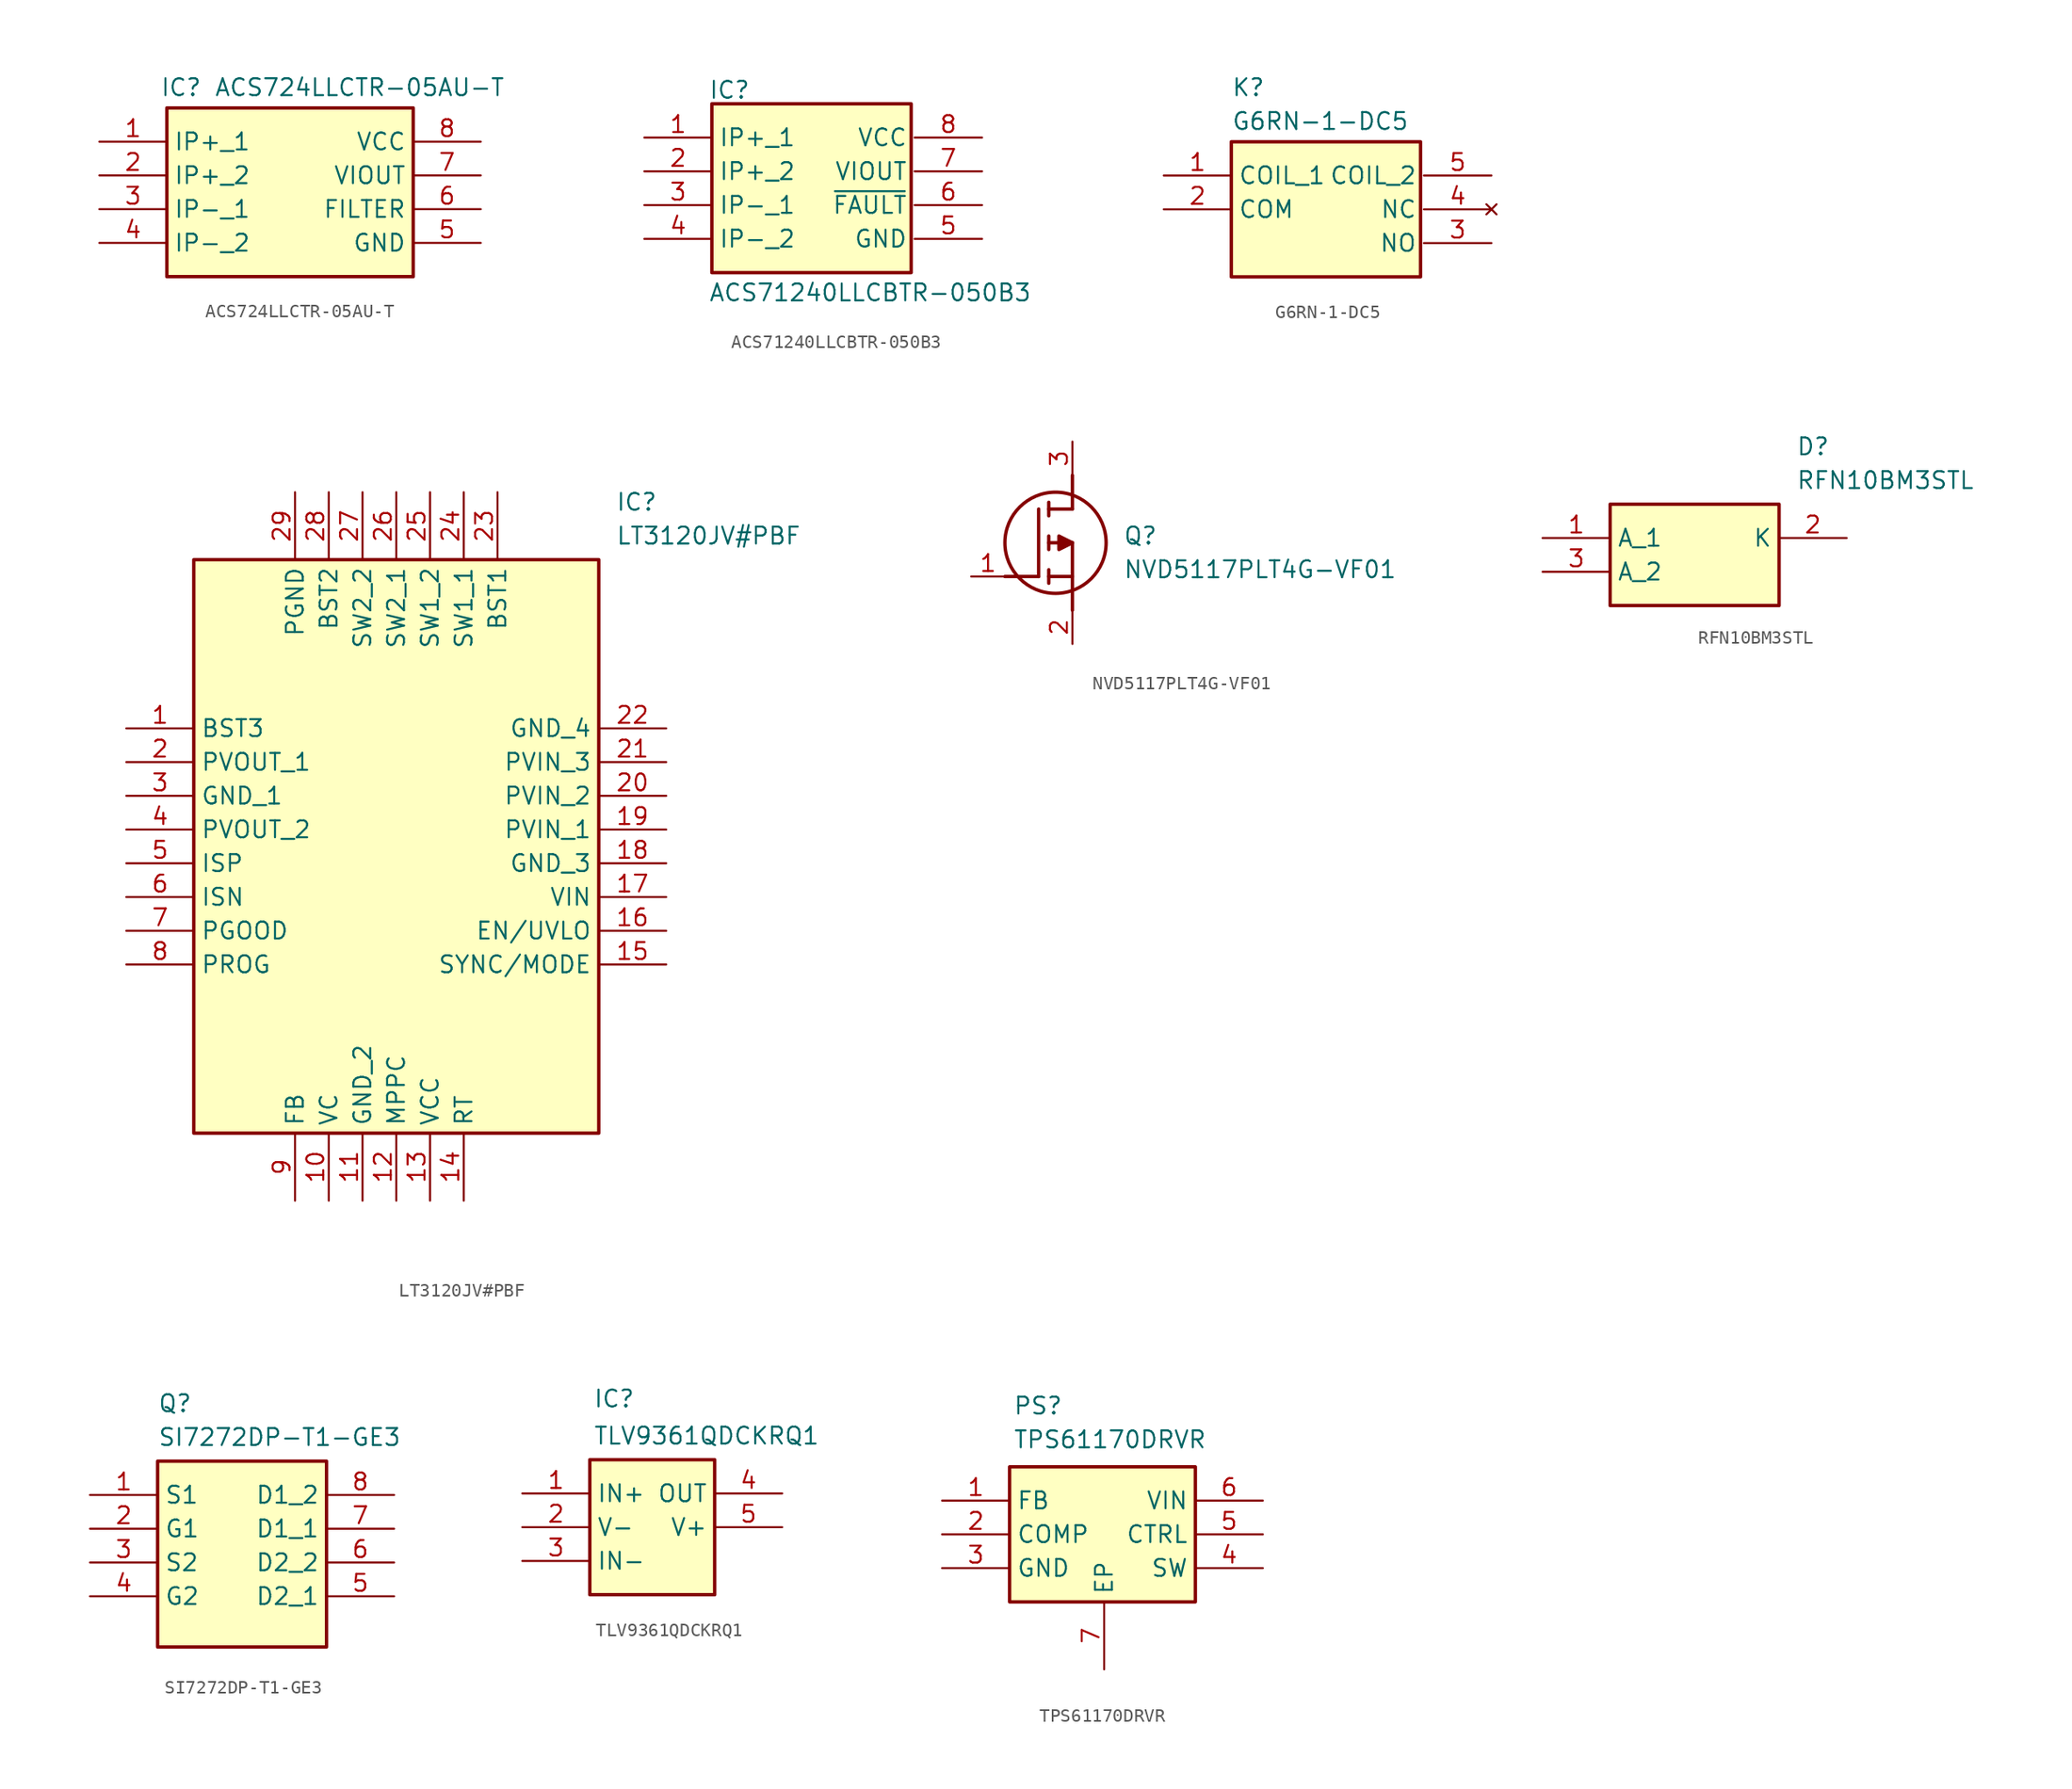
<source format=kicad_sym>
(kicad_symbol_lib
  (version 20220914)
  (generator kicad_symbol_editor)
  (symbol "ACS724LLCTR-05AU-T"
    (property "Reference" "IC"
      (at -9.652 7.62 0)
      (effects (font (size 1.27 1.27)) (justify left top)))
    (property "Value" "ACS724LLCTR-05AU-T"
      (at -5.588 7.62 0)
      (effects (font (size 1.27 1.27)) (justify left top)))
    (symbol "ACS724LLCTR-05AU-T_1_1"
      (rectangle (start -9.144 5.334) (end 9.398 -7.366) (stroke (width 0.254) (type default)) (fill (type background)))
      (pin passive line (at -14.224 2.794 0) (length 5.08) (name "IP+_1" (effects (font (size 1.27 1.27)))) (number "1" (effects (font (size 1.27 1.27)))))
      (pin passive line (at -14.224 0.254 0) (length 5.08) (name "IP+_2" (effects (font (size 1.27 1.27)))) (number "2" (effects (font (size 1.27 1.27)))))
      (pin passive line (at -14.224 -2.286 0) (length 5.08) (name "IP-_1" (effects (font (size 1.27 1.27)))) (number "3" (effects (font (size 1.27 1.27)))))
      (pin passive line (at -14.224 -4.826 0) (length 5.08) (name "IP-_2" (effects (font (size 1.27 1.27)))) (number "4" (effects (font (size 1.27 1.27)))))
      (pin passive line (at 14.478 -4.826 180) (length 5.08) (name "GND" (effects (font (size 1.27 1.27)))) (number "5" (effects (font (size 1.27 1.27)))))
      (pin passive line (at 14.478 -2.286 180) (length 5.08) (name "FILTER" (effects (font (size 1.27 1.27)))) (number "6" (effects (font (size 1.27 1.27)))))
      (pin passive line (at 14.478 0.254 180) (length 5.08) (name "VIOUT" (effects (font (size 1.27 1.27)))) (number "7" (effects (font (size 1.27 1.27)))))
      (pin passive line (at 14.478 2.794 180) (length 5.08) (name "VCC" (effects (font (size 1.27 1.27)))) (number "8" (effects (font (size 1.27 1.27)))))))
  (symbol "ACS71240LLCBTR-050B3"
    (property "Reference" "IC"
      (at -8.128 7.62 0)
      (effects (font (size 1.27 1.27)) (justify left top)))
    (property "Value" "ACS71240LLCBTR-050B3"
      (at -8.128 -7.62 0)
      (effects (font (size 1.27 1.27)) (justify left top)))
    (symbol "ACS71240LLCBTR-050B3_1_1"
      (rectangle (start -7.874 5.842) (end 7.112 -6.858) (stroke (width 0.254) (type default)) (fill (type background)))
      (pin passive line (at -12.954 3.302 0) (length 5.08) (name "IP+_1" (effects (font (size 1.27 1.27)))) (number "1" (effects (font (size 1.27 1.27)))))
      (pin passive line (at -12.954 0.762 0) (length 5.08) (name "IP+_2" (effects (font (size 1.27 1.27)))) (number "2" (effects (font (size 1.27 1.27)))))
      (pin passive line (at -12.954 -1.778 0) (length 5.08) (name "IP-_1" (effects (font (size 1.27 1.27)))) (number "3" (effects (font (size 1.27 1.27)))))
      (pin passive line (at -12.954 -4.318 0) (length 5.08) (name "IP-_2" (effects (font (size 1.27 1.27)))) (number "4" (effects (font (size 1.27 1.27)))))
      (pin passive line (at 12.446 -4.318 180) (length 5.08) (name "GND" (effects (font (size 1.27 1.27)))) (number "5" (effects (font (size 1.27 1.27)))))
      (pin passive line (at 12.446 -1.778 180) (length 5.08) (name "~{FAULT}" (effects (font (size 1.27 1.27)))) (number "6" (effects (font (size 1.27 1.27)))))
      (pin passive line (at 12.446 0.762 180) (length 5.08) (name "VIOUT" (effects (font (size 1.27 1.27)))) (number "7" (effects (font (size 1.27 1.27)))))
      (pin passive line (at 12.446 3.302 180) (length 5.08) (name "VCC" (effects (font (size 1.27 1.27)))) (number "8" (effects (font (size 1.27 1.27)))))))
  (symbol "G6RN-1-DC5"
    (property "Reference" "K"
      (at 5.08 7.366 0)
      (effects (font (size 1.27 1.27)) (justify left top)))
    (property "Value" "G6RN-1-DC5"
      (at 5.08 4.826 0)
      (effects (font (size 1.27 1.27)) (justify left top)))
    (symbol "G6RN-1-DC5_1_1"
      (rectangle (start 5.08 2.54) (end 19.304 -7.62) (stroke (width 0.254) (type default)) (fill (type background)))
      (pin passive line (at 0 0 0) (length 5.08) (name "COIL_1" (effects (font (size 1.27 1.27)))) (number "1" (effects (font (size 1.27 1.27)))))
      (pin passive line (at 0 -2.54 0) (length 5.08) (name "COM" (effects (font (size 1.27 1.27)))) (number "2" (effects (font (size 1.27 1.27)))))
      (pin passive line (at 24.638 -5.08 180) (length 5.08) (name "NO" (effects (font (size 1.27 1.27)))) (number "3" (effects (font (size 1.27 1.27)))))
      (pin no_connect line (at 24.638 -2.54 180) (length 5.08) (name "NC" (effects (font (size 1.27 1.27)))) (number "4" (effects (font (size 1.27 1.27)))))
      (pin passive line (at 24.638 0 180) (length 5.08) (name "COIL_2" (effects (font (size 1.27 1.27)))) (number "5" (effects (font (size 1.27 1.27)))))))
  (symbol "LT3120JV#PBF"
    (property "Reference" "IC"
      (at 36.83 17.78 0)
      (effects (font (size 1.27 1.27)) (justify left top)))
    (property "Value" "LT3120JV#PBF"
      (at 36.83 15.24 0)
      (effects (font (size 1.27 1.27)) (justify left top)))
    (symbol "LT3120JV#PBF_1_1"
      (rectangle (start 5.08 12.7) (end 35.56 -30.48) (stroke (width 0.254) (type default)) (fill (type background)))
      (pin passive line (at 0 0 0) (length 5.08) (name "BST3" (effects (font (size 1.27 1.27)))) (number "1" (effects (font (size 1.27 1.27)))))
      (pin passive line (at 15.24 -35.56 90) (length 5.08) (name "VC" (effects (font (size 1.27 1.27)))) (number "10" (effects (font (size 1.27 1.27)))))
      (pin passive line (at 17.78 -35.56 90) (length 5.08) (name "GND_2" (effects (font (size 1.27 1.27)))) (number "11" (effects (font (size 1.27 1.27)))))
      (pin passive line (at 20.32 -35.56 90) (length 5.08) (name "MPPC" (effects (font (size 1.27 1.27)))) (number "12" (effects (font (size 1.27 1.27)))))
      (pin passive line (at 22.86 -35.56 90) (length 5.08) (name "VCC" (effects (font (size 1.27 1.27)))) (number "13" (effects (font (size 1.27 1.27)))))
      (pin passive line (at 25.4 -35.56 90) (length 5.08) (name "RT" (effects (font (size 1.27 1.27)))) (number "14" (effects (font (size 1.27 1.27)))))
      (pin passive line (at 40.64 -17.78 180) (length 5.08) (name "SYNC/MODE" (effects (font (size 1.27 1.27)))) (number "15" (effects (font (size 1.27 1.27)))))
      (pin passive line (at 40.64 -15.24 180) (length 5.08) (name "EN/UVLO" (effects (font (size 1.27 1.27)))) (number "16" (effects (font (size 1.27 1.27)))))
      (pin passive line (at 40.64 -12.7 180) (length 5.08) (name "VIN" (effects (font (size 1.27 1.27)))) (number "17" (effects (font (size 1.27 1.27)))))
      (pin passive line (at 40.64 -10.16 180) (length 5.08) (name "GND_3" (effects (font (size 1.27 1.27)))) (number "18" (effects (font (size 1.27 1.27)))))
      (pin passive line (at 40.64 -7.62 180) (length 5.08) (name "PVIN_1" (effects (font (size 1.27 1.27)))) (number "19" (effects (font (size 1.27 1.27)))))
      (pin passive line (at 0 -2.54 0) (length 5.08) (name "PVOUT_1" (effects (font (size 1.27 1.27)))) (number "2" (effects (font (size 1.27 1.27)))))
      (pin passive line (at 40.64 -5.08 180) (length 5.08) (name "PVIN_2" (effects (font (size 1.27 1.27)))) (number "20" (effects (font (size 1.27 1.27)))))
      (pin passive line (at 40.64 -2.54 180) (length 5.08) (name "PVIN_3" (effects (font (size 1.27 1.27)))) (number "21" (effects (font (size 1.27 1.27)))))
      (pin passive line (at 40.64 0 180) (length 5.08) (name "GND_4" (effects (font (size 1.27 1.27)))) (number "22" (effects (font (size 1.27 1.27)))))
      (pin passive line (at 27.94 17.78 270) (length 5.08) (name "BST1" (effects (font (size 1.27 1.27)))) (number "23" (effects (font (size 1.27 1.27)))))
      (pin passive line (at 25.4 17.78 270) (length 5.08) (name "SW1_1" (effects (font (size 1.27 1.27)))) (number "24" (effects (font (size 1.27 1.27)))))
      (pin passive line (at 22.86 17.78 270) (length 5.08) (name "SW1_2" (effects (font (size 1.27 1.27)))) (number "25" (effects (font (size 1.27 1.27)))))
      (pin passive line (at 20.32 17.78 270) (length 5.08) (name "SW2_1" (effects (font (size 1.27 1.27)))) (number "26" (effects (font (size 1.27 1.27)))))
      (pin passive line (at 17.78 17.78 270) (length 5.08) (name "SW2_2" (effects (font (size 1.27 1.27)))) (number "27" (effects (font (size 1.27 1.27)))))
      (pin passive line (at 15.24 17.78 270) (length 5.08) (name "BST2" (effects (font (size 1.27 1.27)))) (number "28" (effects (font (size 1.27 1.27)))))
      (pin passive line (at 12.7 17.78 270) (length 5.08) (name "PGND" (effects (font (size 1.27 1.27)))) (number "29" (effects (font (size 1.27 1.27)))))
      (pin passive line (at 0 -5.08 0) (length 5.08) (name "GND_1" (effects (font (size 1.27 1.27)))) (number "3" (effects (font (size 1.27 1.27)))))
      (pin passive line (at 0 -7.62 0) (length 5.08) (name "PVOUT_2" (effects (font (size 1.27 1.27)))) (number "4" (effects (font (size 1.27 1.27)))))
      (pin passive line (at 0 -10.16 0) (length 5.08) (name "ISP" (effects (font (size 1.27 1.27)))) (number "5" (effects (font (size 1.27 1.27)))))
      (pin passive line (at 0 -12.7 0) (length 5.08) (name "ISN" (effects (font (size 1.27 1.27)))) (number "6" (effects (font (size 1.27 1.27)))))
      (pin passive line (at 0 -15.24 0) (length 5.08) (name "PGOOD" (effects (font (size 1.27 1.27)))) (number "7" (effects (font (size 1.27 1.27)))))
      (pin passive line (at 0 -17.78 0) (length 5.08) (name "PROG" (effects (font (size 1.27 1.27)))) (number "8" (effects (font (size 1.27 1.27)))))
      (pin passive line (at 12.7 -35.56 90) (length 5.08) (name "FB" (effects (font (size 1.27 1.27)))) (number "9" (effects (font (size 1.27 1.27)))))))
  (symbol "NVD5117PLT4G-VF01"
    (pin_names hide)
    (property "Reference" "Q"
      (at 11.43 3.81 0)
      (effects (font (size 1.27 1.27)) (justify left top)))
    (property "Value" "NVD5117PLT4G-VF01"
      (at 11.43 1.27 0)
      (effects (font (size 1.27 1.27)) (justify left top)))
    (symbol "NVD5117PLT4G-VF01_1_1"
      (polyline (pts (xy 2.54 0) (xy 5.08 0)) (stroke (width 0.254) (type default)) (fill (type none)))
      (polyline (pts (xy 5.08 5.08) (xy 5.08 0)) (stroke (width 0.254) (type default)) (fill (type none)))
      (polyline (pts (xy 5.842 -0.508) (xy 5.842 0.508)) (stroke (width 0.254) (type default)) (fill (type none)))
      (polyline (pts (xy 5.842 0) (xy 7.62 0)) (stroke (width 0.254) (type default)) (fill (type none)))
      (polyline (pts (xy 5.842 2.032) (xy 5.842 3.048)) (stroke (width 0.254) (type default)) (fill (type none)))
      (polyline (pts (xy 5.842 5.588) (xy 5.842 4.572)) (stroke (width 0.254) (type default)) (fill (type none)))
      (polyline (pts (xy 7.62 2.54) (xy 5.842 2.54)) (stroke (width 0.254) (type default)) (fill (type none)))
      (polyline (pts (xy 7.62 2.54) (xy 7.62 -2.54)) (stroke (width 0.254) (type default)) (fill (type none)))
      (polyline (pts (xy 7.62 5.08) (xy 5.842 5.08)) (stroke (width 0.254) (type default)) (fill (type none)))
      (polyline (pts (xy 7.62 5.08) (xy 7.62 7.62)) (stroke (width 0.254) (type default)) (fill (type none)))
      (polyline (pts (xy 7.62 2.54) (xy 6.604 3.048) (xy 6.604 2.032) (xy 7.62 2.54)) (stroke (width 0.254) (type default)) (fill (type outline)))
      (circle (center 6.35 2.54) (radius 3.81) (stroke (width 0.254) (type default)) (fill (type none)))
      (pin passive line (at 0 0 0) (length 2.54) (name "G" (effects (font (size 1.27 1.27)))) (number "1" (effects (font (size 1.27 1.27)))))
      (pin passive line (at 7.62 -5.08 90) (length 2.54) (name "S" (effects (font (size 1.27 1.27)))) (number "2" (effects (font (size 1.27 1.27)))))
      (pin passive line (at 7.62 10.16 270) (length 2.54) (name "D" (effects (font (size 1.27 1.27)))) (number "3" (effects (font (size 1.27 1.27)))))))
  (symbol "RFN10BM3STL"
    (property "Reference" "D"
      (at 19.05 7.62 0)
      (effects (font (size 1.27 1.27)) (justify left top)))
    (property "Value" "RFN10BM3STL"
      (at 19.05 5.08 0)
      (effects (font (size 1.27 1.27)) (justify left top)))
    (symbol "RFN10BM3STL_1_1"
      (rectangle (start 5.08 2.54) (end 17.78 -5.08) (stroke (width 0.254) (type default)) (fill (type background)))
      (pin passive line (at 0 0 0) (length 5.08) (name "A_1" (effects (font (size 1.27 1.27)))) (number "1" (effects (font (size 1.27 1.27)))))
      (pin passive line (at 22.86 0 180) (length 5.08) (name "K" (effects (font (size 1.27 1.27)))) (number "2" (effects (font (size 1.27 1.27)))))
      (pin passive line (at 0 -2.54 0) (length 5.08) (name "A_2" (effects (font (size 1.27 1.27)))) (number "3" (effects (font (size 1.27 1.27)))))))
  (symbol "SI7272DP-T1-GE3"
    (property "Reference" "Q"
      (at -6.096 11.176 0)
      (effects (font (size 1.27 1.27)) (justify left top)))
    (property "Value" "SI7272DP-T1-GE3"
      (at -6.096 8.636 0)
      (effects (font (size 1.27 1.27)) (justify left top)))
    (symbol "SI7272DP-T1-GE3_1_1"
      (rectangle (start -6.096 6.096) (end 6.604 -7.874) (stroke (width 0.254) (type default)) (fill (type background)))
      (pin passive line (at -11.176 3.556 0) (length 5.08) (name "S1" (effects (font (size 1.27 1.27)))) (number "1" (effects (font (size 1.27 1.27)))))
      (pin passive line (at -11.176 1.016 0) (length 5.08) (name "G1" (effects (font (size 1.27 1.27)))) (number "2" (effects (font (size 1.27 1.27)))))
      (pin passive line (at -11.176 -1.524 0) (length 5.08) (name "S2" (effects (font (size 1.27 1.27)))) (number "3" (effects (font (size 1.27 1.27)))))
      (pin passive line (at -11.176 -4.064 0) (length 5.08) (name "G2" (effects (font (size 1.27 1.27)))) (number "4" (effects (font (size 1.27 1.27)))))
      (pin passive line (at 11.684 -4.064 180) (length 5.08) (name "D2_1" (effects (font (size 1.27 1.27)))) (number "5" (effects (font (size 1.27 1.27)))))
      (pin passive line (at 11.684 -1.524 180) (length 5.08) (name "D2_2" (effects (font (size 1.27 1.27)))) (number "6" (effects (font (size 1.27 1.27)))))
      (pin passive line (at 11.684 1.016 180) (length 5.08) (name "D1_1" (effects (font (size 1.27 1.27)))) (number "7" (effects (font (size 1.27 1.27)))))
      (pin passive line (at 11.684 3.556 180) (length 5.08) (name "D1_2" (effects (font (size 1.27 1.27)))) (number "8" (effects (font (size 1.27 1.27)))))))
  (symbol "TLV9361QDCKRQ1"
    (property "Reference" "IC"
      (at 5.334 7.874 0)
      (effects (font (size 1.27 1.27)) (justify left top)))
    (property "Value" "TLV9361QDCKRQ1"
      (at 5.334 5.08 0)
      (effects (font (size 1.27 1.27)) (justify left top)))
    (symbol "TLV9361QDCKRQ1_1_1"
      (rectangle (start 5.08 2.54) (end 14.478 -7.62) (stroke (width 0.254) (type default)) (fill (type background)))
      (pin passive line (at 0 0 0) (length 5.08) (name "IN+" (effects (font (size 1.27 1.27)))) (number "1" (effects (font (size 1.27 1.27)))))
      (pin passive line (at 0 -2.54 0) (length 5.08) (name "V-" (effects (font (size 1.27 1.27)))) (number "2" (effects (font (size 1.27 1.27)))))
      (pin passive line (at 0 -5.08 0) (length 5.08) (name "IN-" (effects (font (size 1.27 1.27)))) (number "3" (effects (font (size 1.27 1.27)))))
      (pin passive line (at 19.558 0 180) (length 5.08) (name "OUT" (effects (font (size 1.27 1.27)))) (number "4" (effects (font (size 1.27 1.27)))))
      (pin passive line (at 19.558 -2.54 180) (length 5.08) (name "V+" (effects (font (size 1.27 1.27)))) (number "5" (effects (font (size 1.27 1.27)))))))
  (symbol "TPS61170DRVR"
    (property "Reference" "PS"
      (at -6.858 9.652 0)
      (effects (font (size 1.27 1.27)) (justify left top)))
    (property "Value" "TPS61170DRVR"
      (at -6.858 7.112 0)
      (effects (font (size 1.27 1.27)) (justify left top)))
    (symbol "TPS61170DRVR_1_1"
      (rectangle (start -7.112 4.318) (end 6.858 -5.842) (stroke (width 0.254) (type default)) (fill (type background)))
      (pin input line (at -12.192 1.778 0) (length 5.08) (name "FB" (effects (font (size 1.27 1.27)))) (number "1" (effects (font (size 1.27 1.27)))))
      (pin output line (at -12.192 -0.762 0) (length 5.08) (name "COMP" (effects (font (size 1.27 1.27)))) (number "2" (effects (font (size 1.27 1.27)))))
      (pin power_in line (at -12.192 -3.302 0) (length 5.08) (name "GND" (effects (font (size 1.27 1.27)))) (number "3" (effects (font (size 1.27 1.27)))))
      (pin bidirectional line (at 11.938 -3.302 180) (length 5.08) (name "SW" (effects (font (size 1.27 1.27)))) (number "4" (effects (font (size 1.27 1.27)))))
      (pin input line (at 11.938 -0.762 180) (length 5.08) (name "CTRL" (effects (font (size 1.27 1.27)))) (number "5" (effects (font (size 1.27 1.27)))))
      (pin power_in line (at 11.938 1.778 180) (length 5.08) (name "VIN" (effects (font (size 1.27 1.27)))) (number "6" (effects (font (size 1.27 1.27)))))
      (pin power_in line (at 0 -10.922 90) (length 5.08) (name "EP" (effects (font (size 1.27 1.27)))) (number "7" (effects (font (size 1.27 1.27))))))))
</source>
